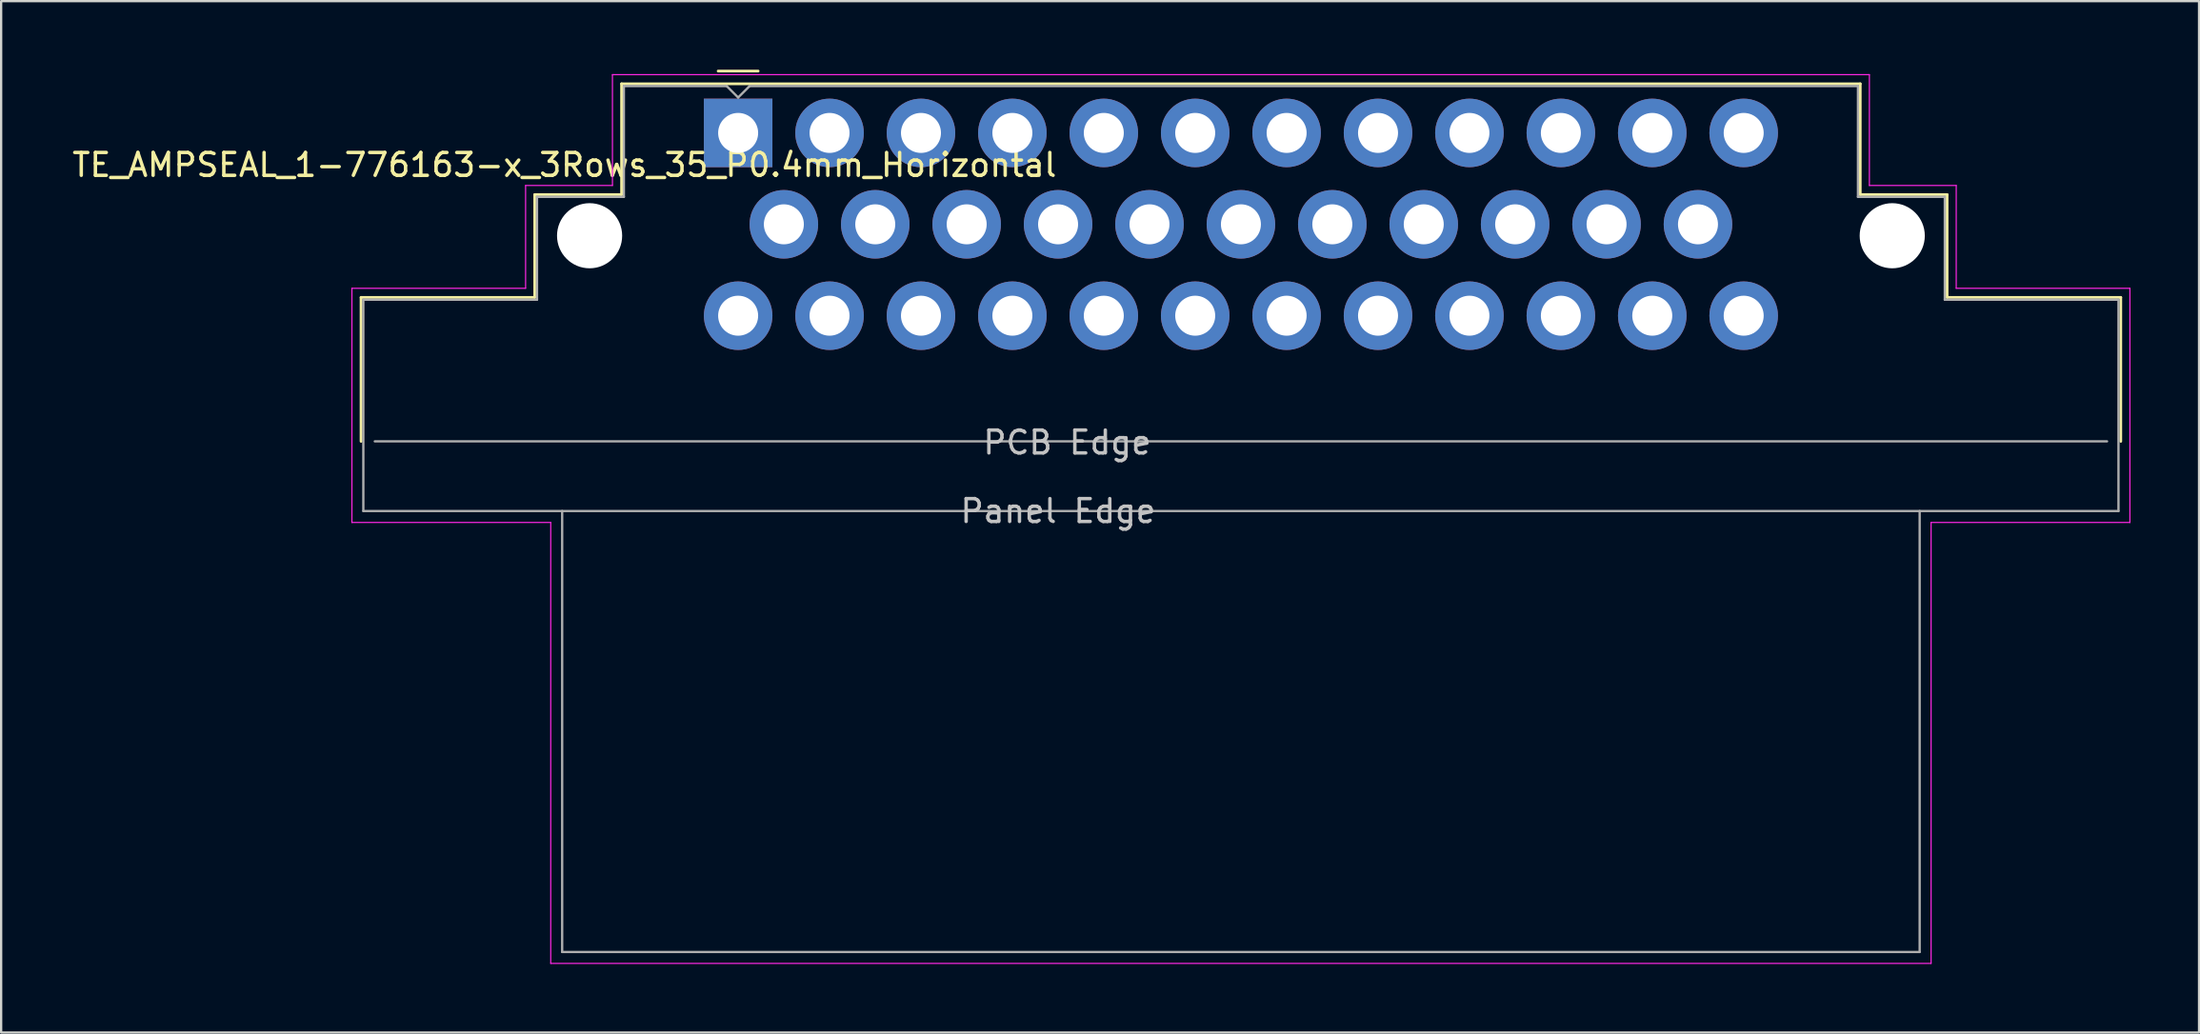
<source format=kicad_pcb>
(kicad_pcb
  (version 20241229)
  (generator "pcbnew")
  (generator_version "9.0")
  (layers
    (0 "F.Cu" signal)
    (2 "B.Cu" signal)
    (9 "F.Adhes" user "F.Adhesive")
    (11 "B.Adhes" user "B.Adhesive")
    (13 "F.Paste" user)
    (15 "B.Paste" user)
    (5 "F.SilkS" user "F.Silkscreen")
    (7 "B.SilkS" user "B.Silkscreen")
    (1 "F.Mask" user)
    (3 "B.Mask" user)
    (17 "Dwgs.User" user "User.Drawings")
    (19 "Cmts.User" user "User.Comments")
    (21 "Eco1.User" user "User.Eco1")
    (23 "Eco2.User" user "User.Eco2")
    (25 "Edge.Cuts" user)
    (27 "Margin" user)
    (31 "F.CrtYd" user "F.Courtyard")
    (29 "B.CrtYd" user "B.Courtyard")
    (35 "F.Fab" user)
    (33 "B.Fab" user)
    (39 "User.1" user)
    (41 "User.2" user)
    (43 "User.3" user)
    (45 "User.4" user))
  (footprint "TE_AMPSEAL_1-776163-x_3Rows_35_P0.4mm_Horizontal"
    (layer "F.Cu")
    (at 29.249 2.768)
    (property "Reference" "TE_AMPSEAL_1-776163-x_3Rows_35_P0.4mm_Horizontal" (at -7.6 1.4 0) (layer "F.SilkS") (effects (font (size 1 1) (thickness 0.15))))
    (attr through_hole)
    (fp_line (start -16.5 7.2) (end -8.9 7.2) (stroke (width 0.12) (type solid)) (layer "F.SilkS"))
    (fp_line (start -16.5 13.5) (end -16.5 7.2) (stroke (width 0.12) (type solid)) (layer "F.SilkS"))
    (fp_line (start -8.9 2.7) (end -5.1 2.7) (stroke (width 0.12) (type solid)) (layer "F.SilkS"))
    (fp_line (start -8.9 7.2) (end -8.9 2.7) (stroke (width 0.12) (type solid)) (layer "F.SilkS"))
    (fp_line (start -5.1 -2.15) (end 49.1 -2.15) (stroke (width 0.12) (type solid)) (layer "F.SilkS"))
    (fp_line (start -5.1 2.7) (end -5.1 -2.15) (stroke (width 0.12) (type solid)) (layer "F.SilkS"))
    (fp_line (start -0.875 -2.708) (end 0.875 -2.708) (stroke (width 0.12) (type solid)) (layer "F.SilkS"))
    (fp_line (start 49.1 -2.15) (end 49.1 2.7) (stroke (width 0.12) (type solid)) (layer "F.SilkS"))
    (fp_line (start 49.1 2.7) (end 52.9 2.7) (stroke (width 0.12) (type solid)) (layer "F.SilkS"))
    (fp_line (start 52.9 2.7) (end 52.9 7.2) (stroke (width 0.12) (type solid)) (layer "F.SilkS"))
    (fp_line (start 52.9 7.2) (end 60.5 7.2) (stroke (width 0.12) (type solid)) (layer "F.SilkS"))
    (fp_line (start 60.5 7.2) (end 60.5 13.5) (stroke (width 0.12) (type solid)) (layer "F.SilkS"))
    (fp_line (start -16.9 6.8) (end -9.3 6.8) (stroke (width 0.05) (type solid)) (layer "F.CrtYd"))
    (fp_line (start -16.9 17.05) (end -16.9 6.8) (stroke (width 0.05) (type solid)) (layer "F.CrtYd"))
    (fp_line (start -16.9 17.05) (end -8.2 17.05) (stroke (width 0.05) (type solid)) (layer "F.CrtYd"))
    (fp_line (start -9.3 2.3) (end -5.5 2.3) (stroke (width 0.05) (type solid)) (layer "F.CrtYd"))
    (fp_line (start -9.3 6.8) (end -9.3 2.3) (stroke (width 0.05) (type solid)) (layer "F.CrtYd"))
    (fp_line (start -8.2 17.05) (end -8.2 36.35) (stroke (width 0.05) (type solid)) (layer "F.CrtYd"))
    (fp_line (start -8.2 36.35) (end 52.2 36.35) (stroke (width 0.05) (type solid)) (layer "F.CrtYd"))
    (fp_line (start -5.5 -2.55) (end 49.5 -2.55) (stroke (width 0.05) (type solid)) (layer "F.CrtYd"))
    (fp_line (start -5.5 2.3) (end -5.5 -2.55) (stroke (width 0.05) (type solid)) (layer "F.CrtYd"))
    (fp_line (start 49.5 -2.55) (end 49.5 2.3) (stroke (width 0.05) (type solid)) (layer "F.CrtYd"))
    (fp_line (start 49.5 2.3) (end 53.3 2.3) (stroke (width 0.05) (type solid)) (layer "F.CrtYd"))
    (fp_line (start 52.2 17.05) (end 60.9 17.05) (stroke (width 0.05) (type solid)) (layer "F.CrtYd"))
    (fp_line (start 52.2 36.35) (end 52.2 17.05) (stroke (width 0.05) (type solid)) (layer "F.CrtYd"))
    (fp_line (start 53.3 2.3) (end 53.3 6.8) (stroke (width 0.05) (type solid)) (layer "F.CrtYd"))
    (fp_line (start 53.3 6.8) (end 60.9 6.8) (stroke (width 0.05) (type solid)) (layer "F.CrtYd"))
    (fp_line (start 60.9 6.8) (end 60.9 17.05) (stroke (width 0.05) (type solid)) (layer "F.CrtYd"))
    (fp_line (start -16.4 16.55) (end -16.4 7.3) (stroke (width 0.1) (type solid)) (layer "F.Fab"))
    (fp_line (start -16.4 16.55) (end 60.4 16.55) (stroke (width 0.1) (type solid)) (layer "F.Fab"))
    (fp_line (start -15.9 13.5) (end 59.9 13.5) (stroke (width 0.1) (type solid)) (layer "F.Fab"))
    (fp_line (start -8.8 2.8) (end -8.8 7.3) (stroke (width 0.1) (type solid)) (layer "F.Fab"))
    (fp_line (start -8.8 2.8) (end -5 2.8) (stroke (width 0.1) (type solid)) (layer "F.Fab"))
    (fp_line (start -8.8 7.3) (end -16.4 7.3) (stroke (width 0.1) (type solid)) (layer "F.Fab"))
    (fp_line (start -7.7 16.55) (end -7.7 35.85) (stroke (width 0.1) (type solid)) (layer "F.Fab"))
    (fp_line (start -7.7 35.85) (end 51.7 35.85) (stroke (width 0.1) (type solid)) (layer "F.Fab"))
    (fp_line (start -5 -2.05) (end -5 2.8) (stroke (width 0.1) (type solid)) (layer "F.Fab"))
    (fp_line (start -0.5 -2.05) (end -5 -2.05) (stroke (width 0.1) (type solid)) (layer "F.Fab"))
    (fp_line (start 0 -1.55) (end -0.5 -2.05) (stroke (width 0.1) (type solid)) (layer "F.Fab"))
    (fp_line (start 0 -1.55) (end 0.5 -2.05) (stroke (width 0.1) (type solid)) (layer "F.Fab"))
    (fp_line (start 0.5 -2.05) (end 49 -2.05) (stroke (width 0.1) (type solid)) (layer "F.Fab"))
    (fp_line (start 49 -2.05) (end 49 2.8) (stroke (width 0.1) (type solid)) (layer "F.Fab"))
    (fp_line (start 49 2.8) (end 52.8 2.8) (stroke (width 0.1) (type solid)) (layer "F.Fab"))
    (fp_line (start 51.7 35.85) (end 51.7 16.55) (stroke (width 0.1) (type solid)) (layer "F.Fab"))
    (fp_line (start 52.8 2.8) (end 52.8 7.3) (stroke (width 0.1) (type solid)) (layer "F.Fab"))
    (fp_line (start 52.8 7.3) (end 60.4 7.3) (stroke (width 0.1) (type solid)) (layer "F.Fab"))
    (fp_line (start 60.4 7.3) (end 60.4 16.55) (stroke (width 0.1) (type solid)) (layer "F.Fab"))
    (fp_text user "PCB Edge" (at 14.4 13.55 0) (layer "Dwgs.User") (effects (font (size 1 1) (thickness 0.15))))
    (fp_text user "Panel Edge" (at 14 16.55 0) (layer "Dwgs.User") (effects (font (size 1 1) (thickness 0.15))))
    (pad "" np_thru_hole circle (at -6.5 4.5) (size 2.85 2.85) (drill 2.85) (layers "*.Cu"))
    (pad "" np_thru_hole circle (at 50.5 4.5) (size 2.85 2.85) (drill 2.85) (layers "*.Cu"))
    (pad "1" thru_hole rect (at 0 0) (size 3 3) (drill 1.75) (layers "*.Cu" "*.Mask"))
    (pad "2" thru_hole circle (at 4 0) (size 3 3) (drill 1.75) (layers "*.Cu" "*.Mask"))
    (pad "3" thru_hole circle (at 8 0) (size 3 3) (drill 1.75) (layers "*.Cu" "*.Mask"))
    (pad "4" thru_hole circle (at 12 0) (size 3 3) (drill 1.75) (layers "*.Cu" "*.Mask"))
    (pad "5" thru_hole circle (at 16 0) (size 3 3) (drill 1.75) (layers "*.Cu" "*.Mask"))
    (pad "6" thru_hole circle (at 20 0) (size 3 3) (drill 1.75) (layers "*.Cu" "*.Mask"))
    (pad "7" thru_hole circle (at 24 0) (size 3 3) (drill 1.75) (layers "*.Cu" "*.Mask"))
    (pad "8" thru_hole circle (at 28 0) (size 3 3) (drill 1.75) (layers "*.Cu" "*.Mask"))
    (pad "9" thru_hole circle (at 32 0) (size 3 3) (drill 1.75) (layers "*.Cu" "*.Mask"))
    (pad "10" thru_hole circle (at 36 0) (size 3 3) (drill 1.75) (layers "*.Cu" "*.Mask"))
    (pad "11" thru_hole circle (at 40 0) (size 3 3) (drill 1.75) (layers "*.Cu" "*.Mask"))
    (pad "12" thru_hole circle (at 44 0) (size 3 3) (drill 1.75) (layers "*.Cu" "*.Mask"))
    (pad "13" thru_hole circle (at 2 4) (size 3 3) (drill 1.75) (layers "*.Cu" "*.Mask"))
    (pad "14" thru_hole circle (at 6 4) (size 3 3) (drill 1.75) (layers "*.Cu" "*.Mask"))
    (pad "15" thru_hole circle (at 10 4) (size 3 3) (drill 1.75) (layers "*.Cu" "*.Mask"))
    (pad "16" thru_hole circle (at 14 4) (size 3 3) (drill 1.75) (layers "*.Cu" "*.Mask"))
    (pad "17" thru_hole circle (at 18 4) (size 3 3) (drill 1.75) (layers "*.Cu" "*.Mask"))
    (pad "18" thru_hole circle (at 22 4) (size 3 3) (drill 1.75) (layers "*.Cu" "*.Mask"))
    (pad "19" thru_hole circle (at 26 4) (size 3 3) (drill 1.75) (layers "*.Cu" "*.Mask"))
    (pad "20" thru_hole circle (at 30 4) (size 3 3) (drill 1.75) (layers "*.Cu" "*.Mask"))
    (pad "21" thru_hole circle (at 34 4) (size 3 3) (drill 1.75) (layers "*.Cu" "*.Mask"))
    (pad "22" thru_hole circle (at 38 4) (size 3 3) (drill 1.75) (layers "*.Cu" "*.Mask"))
    (pad "23" thru_hole circle (at 42 4) (size 3 3) (drill 1.75) (layers "*.Cu" "*.Mask"))
    (pad "24" thru_hole circle (at 0 8) (size 3 3) (drill 1.75) (layers "*.Cu" "*.Mask"))
    (pad "25" thru_hole circle (at 4 8) (size 3 3) (drill 1.75) (layers "*.Cu" "*.Mask"))
    (pad "26" thru_hole circle (at 8 8) (size 3 3) (drill 1.75) (layers "*.Cu" "*.Mask"))
    (pad "27" thru_hole circle (at 12 8) (size 3 3) (drill 1.75) (layers "*.Cu" "*.Mask"))
    (pad "28" thru_hole circle (at 16 8) (size 3 3) (drill 1.75) (layers "*.Cu" "*.Mask"))
    (pad "29" thru_hole circle (at 20 8) (size 3 3) (drill 1.75) (layers "*.Cu" "*.Mask"))
    (pad "30" thru_hole circle (at 24 8) (size 3 3) (drill 1.75) (layers "*.Cu" "*.Mask"))
    (pad "31" thru_hole circle (at 28 8) (size 3 3) (drill 1.75) (layers "*.Cu" "*.Mask"))
    (pad "32" thru_hole circle (at 32 8) (size 3 3) (drill 1.75) (layers "*.Cu" "*.Mask"))
    (pad "33" thru_hole circle (at 36 8) (size 3 3) (drill 1.75) (layers "*.Cu" "*.Mask"))
    (pad "34" thru_hole circle (at 40 8) (size 3 3) (drill 1.75) (layers "*.Cu" "*.Mask"))
    (pad "35" thru_hole circle (at 44 8) (size 3 3) (drill 1.75) (layers "*.Cu" "*.Mask")))
  (gr_rect
    (start -3 -3)
    (end 93.174 42.143)
    (stroke (width 0.1) (type default))
    (fill no)
    (layer "Edge.Cuts")))
</source>
